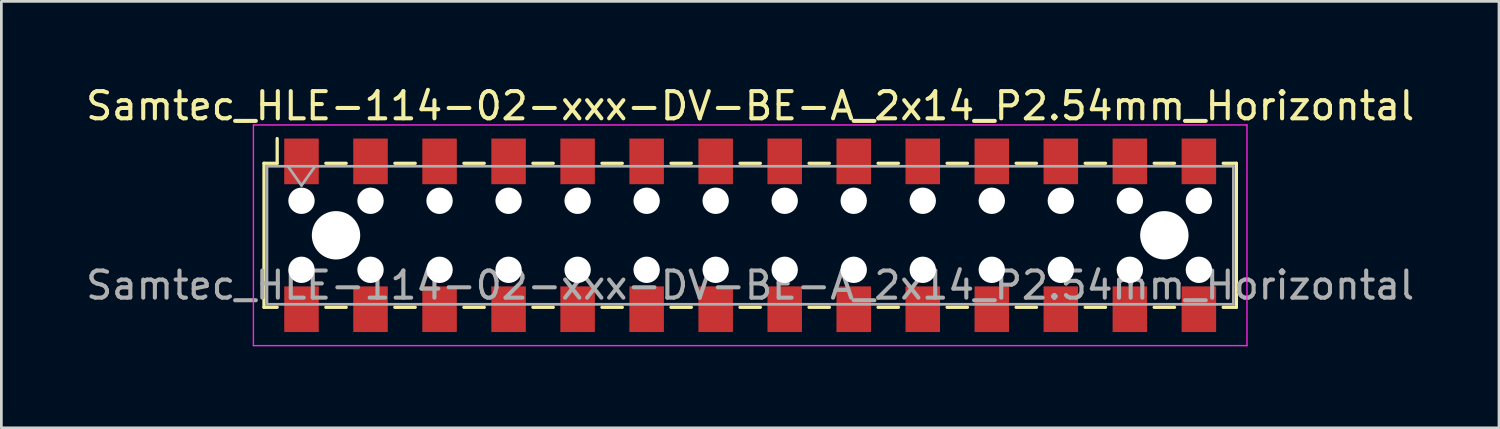
<source format=kicad_pcb>
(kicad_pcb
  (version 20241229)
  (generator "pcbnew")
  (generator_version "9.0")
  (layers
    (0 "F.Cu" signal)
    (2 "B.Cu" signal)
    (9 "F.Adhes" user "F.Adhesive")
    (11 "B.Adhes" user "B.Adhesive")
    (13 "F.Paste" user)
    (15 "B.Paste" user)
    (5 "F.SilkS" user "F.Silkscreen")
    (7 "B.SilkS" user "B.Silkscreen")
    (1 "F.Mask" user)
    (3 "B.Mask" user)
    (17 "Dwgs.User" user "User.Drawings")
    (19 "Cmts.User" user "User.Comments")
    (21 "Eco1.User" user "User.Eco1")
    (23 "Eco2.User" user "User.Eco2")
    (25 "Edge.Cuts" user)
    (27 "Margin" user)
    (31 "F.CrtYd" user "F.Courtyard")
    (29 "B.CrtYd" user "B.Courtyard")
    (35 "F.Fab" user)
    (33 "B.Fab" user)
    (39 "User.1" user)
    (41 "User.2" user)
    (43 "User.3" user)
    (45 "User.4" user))
  (footprint "Samtec_HLE-114-02-xxx-DV-BE-A_2x14_P2.54mm_Horizontal"
    (layer "F.Cu")
    (at 24.554 5.608)
    (property "Reference" "Samtec_HLE-114-02-xxx-DV-BE-A_2x14_P2.54mm_Horizontal" (at 0 -4.76 0) (layer "F.SilkS") (effects (font (size 1 1) (thickness 0.15))))
    (attr smd)
    (fp_line (start -17.89 -2.65) (end -17.89 2.65) (stroke (width 0.12) (type solid)) (layer "F.SilkS"))
    (fp_line (start -17.89 2.65) (end -17.405 2.65) (stroke (width 0.12) (type solid)) (layer "F.SilkS"))
    (fp_line (start -17.405 -3.56) (end -17.405 -2.65) (stroke (width 0.12) (type solid)) (layer "F.SilkS"))
    (fp_line (start -17.405 -2.65) (end -17.89 -2.65) (stroke (width 0.12) (type solid)) (layer "F.SilkS"))
    (fp_line (start -15.615 -2.65) (end -14.865 -2.65) (stroke (width 0.12) (type solid)) (layer "F.SilkS"))
    (fp_line (start -15.615 2.65) (end -14.865 2.65) (stroke (width 0.12) (type solid)) (layer "F.SilkS"))
    (fp_line (start -13.075 -2.65) (end -12.325 -2.65) (stroke (width 0.12) (type solid)) (layer "F.SilkS"))
    (fp_line (start -13.075 2.65) (end -12.325 2.65) (stroke (width 0.12) (type solid)) (layer "F.SilkS"))
    (fp_line (start -10.535 -2.65) (end -9.785 -2.65) (stroke (width 0.12) (type solid)) (layer "F.SilkS"))
    (fp_line (start -10.535 2.65) (end -9.785 2.65) (stroke (width 0.12) (type solid)) (layer "F.SilkS"))
    (fp_line (start -7.995 -2.65) (end -7.245 -2.65) (stroke (width 0.12) (type solid)) (layer "F.SilkS"))
    (fp_line (start -7.995 2.65) (end -7.245 2.65) (stroke (width 0.12) (type solid)) (layer "F.SilkS"))
    (fp_line (start -5.455 -2.65) (end -4.705 -2.65) (stroke (width 0.12) (type solid)) (layer "F.SilkS"))
    (fp_line (start -5.455 2.65) (end -4.705 2.65) (stroke (width 0.12) (type solid)) (layer "F.SilkS"))
    (fp_line (start -2.915 -2.65) (end -2.165 -2.65) (stroke (width 0.12) (type solid)) (layer "F.SilkS"))
    (fp_line (start -2.915 2.65) (end -2.165 2.65) (stroke (width 0.12) (type solid)) (layer "F.SilkS"))
    (fp_line (start -0.375 -2.65) (end 0.375 -2.65) (stroke (width 0.12) (type solid)) (layer "F.SilkS"))
    (fp_line (start -0.375 2.65) (end 0.375 2.65) (stroke (width 0.12) (type solid)) (layer "F.SilkS"))
    (fp_line (start 2.165 -2.65) (end 2.915 -2.65) (stroke (width 0.12) (type solid)) (layer "F.SilkS"))
    (fp_line (start 2.165 2.65) (end 2.915 2.65) (stroke (width 0.12) (type solid)) (layer "F.SilkS"))
    (fp_line (start 4.705 -2.65) (end 5.455 -2.65) (stroke (width 0.12) (type solid)) (layer "F.SilkS"))
    (fp_line (start 4.705 2.65) (end 5.455 2.65) (stroke (width 0.12) (type solid)) (layer "F.SilkS"))
    (fp_line (start 7.245 -2.65) (end 7.995 -2.65) (stroke (width 0.12) (type solid)) (layer "F.SilkS"))
    (fp_line (start 7.245 2.65) (end 7.995 2.65) (stroke (width 0.12) (type solid)) (layer "F.SilkS"))
    (fp_line (start 9.785 -2.65) (end 10.535 -2.65) (stroke (width 0.12) (type solid)) (layer "F.SilkS"))
    (fp_line (start 9.785 2.65) (end 10.535 2.65) (stroke (width 0.12) (type solid)) (layer "F.SilkS"))
    (fp_line (start 12.325 -2.65) (end 13.075 -2.65) (stroke (width 0.12) (type solid)) (layer "F.SilkS"))
    (fp_line (start 12.325 2.65) (end 13.075 2.65) (stroke (width 0.12) (type solid)) (layer "F.SilkS"))
    (fp_line (start 14.865 -2.65) (end 15.615 -2.65) (stroke (width 0.12) (type solid)) (layer "F.SilkS"))
    (fp_line (start 14.865 2.65) (end 15.615 2.65) (stroke (width 0.12) (type solid)) (layer "F.SilkS"))
    (fp_line (start 17.405 -2.65) (end 17.89 -2.65) (stroke (width 0.12) (type solid)) (layer "F.SilkS"))
    (fp_line (start 17.89 -2.65) (end 17.89 2.65) (stroke (width 0.12) (type solid)) (layer "F.SilkS"))
    (fp_line (start 17.89 2.65) (end 17.405 2.65) (stroke (width 0.12) (type solid)) (layer "F.SilkS"))
    (fp_line (start -18.28 -4.06) (end 18.28 -4.06) (stroke (width 0.05) (type solid)) (layer "F.CrtYd"))
    (fp_line (start -18.28 4.06) (end -18.28 -4.06) (stroke (width 0.05) (type solid)) (layer "F.CrtYd"))
    (fp_line (start 18.28 -4.06) (end 18.28 4.06) (stroke (width 0.05) (type solid)) (layer "F.CrtYd"))
    (fp_line (start 18.28 4.06) (end -18.28 4.06) (stroke (width 0.05) (type solid)) (layer "F.CrtYd"))
    (fp_line (start -17.78 -2.54) (end 17.78 -2.54) (stroke (width 0.1) (type solid)) (layer "F.Fab"))
    (fp_line (start -17.78 2.54) (end -17.78 -2.54) (stroke (width 0.1) (type solid)) (layer "F.Fab"))
    (fp_line (start -17.01 -2.54) (end -16.51 -1.833) (stroke (width 0.1) (type solid)) (layer "F.Fab"))
    (fp_line (start -16.51 -1.833) (end -16.01 -2.54) (stroke (width 0.1) (type solid)) (layer "F.Fab"))
    (fp_line (start 17.78 -2.54) (end 17.78 2.54) (stroke (width 0.1) (type solid)) (layer "F.Fab"))
    (fp_line (start 17.78 2.54) (end -17.78 2.54) (stroke (width 0.1) (type solid)) (layer "F.Fab"))
    (fp_text user "${REFERENCE}" (at 0 1.84 0) (layer "F.Fab") (effects (font (size 1 1) (thickness 0.15))))
    (pad "" np_thru_hole circle (at -16.51 -1.27) (size 0.97 0.97) (drill 0.97) (layers "*.Cu" "*.Mask"))
    (pad "" np_thru_hole circle (at -16.51 1.27) (size 0.97 0.97) (drill 0.97) (layers "*.Cu" "*.Mask"))
    (pad "" np_thru_hole circle (at -15.24 0) (size 1.78 1.78) (drill 1.78) (layers "*.Cu" "*.Mask"))
    (pad "" np_thru_hole circle (at -13.97 -1.27) (size 0.97 0.97) (drill 0.97) (layers "*.Cu" "*.Mask"))
    (pad "" np_thru_hole circle (at -13.97 1.27) (size 0.97 0.97) (drill 0.97) (layers "*.Cu" "*.Mask"))
    (pad "" np_thru_hole circle (at -11.43 -1.27) (size 0.97 0.97) (drill 0.97) (layers "*.Cu" "*.Mask"))
    (pad "" np_thru_hole circle (at -11.43 1.27) (size 0.97 0.97) (drill 0.97) (layers "*.Cu" "*.Mask"))
    (pad "" np_thru_hole circle (at -8.89 -1.27) (size 0.97 0.97) (drill 0.97) (layers "*.Cu" "*.Mask"))
    (pad "" np_thru_hole circle (at -8.89 1.27) (size 0.97 0.97) (drill 0.97) (layers "*.Cu" "*.Mask"))
    (pad "" np_thru_hole circle (at -6.35 -1.27) (size 0.97 0.97) (drill 0.97) (layers "*.Cu" "*.Mask"))
    (pad "" np_thru_hole circle (at -6.35 1.27) (size 0.97 0.97) (drill 0.97) (layers "*.Cu" "*.Mask"))
    (pad "" np_thru_hole circle (at -3.81 -1.27) (size 0.97 0.97) (drill 0.97) (layers "*.Cu" "*.Mask"))
    (pad "" np_thru_hole circle (at -3.81 1.27) (size 0.97 0.97) (drill 0.97) (layers "*.Cu" "*.Mask"))
    (pad "" np_thru_hole circle (at -1.27 -1.27) (size 0.97 0.97) (drill 0.97) (layers "*.Cu" "*.Mask"))
    (pad "" np_thru_hole circle (at -1.27 1.27) (size 0.97 0.97) (drill 0.97) (layers "*.Cu" "*.Mask"))
    (pad "" np_thru_hole circle (at 1.27 -1.27) (size 0.97 0.97) (drill 0.97) (layers "*.Cu" "*.Mask"))
    (pad "" np_thru_hole circle (at 1.27 1.27) (size 0.97 0.97) (drill 0.97) (layers "*.Cu" "*.Mask"))
    (pad "" np_thru_hole circle (at 3.81 -1.27) (size 0.97 0.97) (drill 0.97) (layers "*.Cu" "*.Mask"))
    (pad "" np_thru_hole circle (at 3.81 1.27) (size 0.97 0.97) (drill 0.97) (layers "*.Cu" "*.Mask"))
    (pad "" np_thru_hole circle (at 6.35 -1.27) (size 0.97 0.97) (drill 0.97) (layers "*.Cu" "*.Mask"))
    (pad "" np_thru_hole circle (at 6.35 1.27) (size 0.97 0.97) (drill 0.97) (layers "*.Cu" "*.Mask"))
    (pad "" np_thru_hole circle (at 8.89 -1.27) (size 0.97 0.97) (drill 0.97) (layers "*.Cu" "*.Mask"))
    (pad "" np_thru_hole circle (at 8.89 1.27) (size 0.97 0.97) (drill 0.97) (layers "*.Cu" "*.Mask"))
    (pad "" np_thru_hole circle (at 11.43 -1.27) (size 0.97 0.97) (drill 0.97) (layers "*.Cu" "*.Mask"))
    (pad "" np_thru_hole circle (at 11.43 1.27) (size 0.97 0.97) (drill 0.97) (layers "*.Cu" "*.Mask"))
    (pad "" np_thru_hole circle (at 13.97 -1.27) (size 0.97 0.97) (drill 0.97) (layers "*.Cu" "*.Mask"))
    (pad "" np_thru_hole circle (at 13.97 1.27) (size 0.97 0.97) (drill 0.97) (layers "*.Cu" "*.Mask"))
    (pad "" np_thru_hole circle (at 15.24 0) (size 1.78 1.78) (drill 1.78) (layers "*.Cu" "*.Mask"))
    (pad "" np_thru_hole circle (at 16.51 -1.27) (size 0.97 0.97) (drill 0.97) (layers "*.Cu" "*.Mask"))
    (pad "" np_thru_hole circle (at 16.51 1.27) (size 0.97 0.97) (drill 0.97) (layers "*.Cu" "*.Mask"))
    (pad "1" smd rect (at -16.51 -2.72) (size 1.27 1.68) (layers "F.Cu" "F.Mask" "F.Paste"))
    (pad "2" smd rect (at -16.51 2.72) (size 1.27 1.68) (layers "F.Cu" "F.Mask" "F.Paste"))
    (pad "3" smd rect (at -13.97 -2.72) (size 1.27 1.68) (layers "F.Cu" "F.Mask" "F.Paste"))
    (pad "4" smd rect (at -13.97 2.72) (size 1.27 1.68) (layers "F.Cu" "F.Mask" "F.Paste"))
    (pad "5" smd rect (at -11.43 -2.72) (size 1.27 1.68) (layers "F.Cu" "F.Mask" "F.Paste"))
    (pad "6" smd rect (at -11.43 2.72) (size 1.27 1.68) (layers "F.Cu" "F.Mask" "F.Paste"))
    (pad "7" smd rect (at -8.89 -2.72) (size 1.27 1.68) (layers "F.Cu" "F.Mask" "F.Paste"))
    (pad "8" smd rect (at -8.89 2.72) (size 1.27 1.68) (layers "F.Cu" "F.Mask" "F.Paste"))
    (pad "9" smd rect (at -6.35 -2.72) (size 1.27 1.68) (layers "F.Cu" "F.Mask" "F.Paste"))
    (pad "10" smd rect (at -6.35 2.72) (size 1.27 1.68) (layers "F.Cu" "F.Mask" "F.Paste"))
    (pad "11" smd rect (at -3.81 -2.72) (size 1.27 1.68) (layers "F.Cu" "F.Mask" "F.Paste"))
    (pad "12" smd rect (at -3.81 2.72) (size 1.27 1.68) (layers "F.Cu" "F.Mask" "F.Paste"))
    (pad "13" smd rect (at -1.27 -2.72) (size 1.27 1.68) (layers "F.Cu" "F.Mask" "F.Paste"))
    (pad "14" smd rect (at -1.27 2.72) (size 1.27 1.68) (layers "F.Cu" "F.Mask" "F.Paste"))
    (pad "15" smd rect (at 1.27 -2.72) (size 1.27 1.68) (layers "F.Cu" "F.Mask" "F.Paste"))
    (pad "16" smd rect (at 1.27 2.72) (size 1.27 1.68) (layers "F.Cu" "F.Mask" "F.Paste"))
    (pad "17" smd rect (at 3.81 -2.72) (size 1.27 1.68) (layers "F.Cu" "F.Mask" "F.Paste"))
    (pad "18" smd rect (at 3.81 2.72) (size 1.27 1.68) (layers "F.Cu" "F.Mask" "F.Paste"))
    (pad "19" smd rect (at 6.35 -2.72) (size 1.27 1.68) (layers "F.Cu" "F.Mask" "F.Paste"))
    (pad "20" smd rect (at 6.35 2.72) (size 1.27 1.68) (layers "F.Cu" "F.Mask" "F.Paste"))
    (pad "21" smd rect (at 8.89 -2.72) (size 1.27 1.68) (layers "F.Cu" "F.Mask" "F.Paste"))
    (pad "22" smd rect (at 8.89 2.72) (size 1.27 1.68) (layers "F.Cu" "F.Mask" "F.Paste"))
    (pad "23" smd rect (at 11.43 -2.72) (size 1.27 1.68) (layers "F.Cu" "F.Mask" "F.Paste"))
    (pad "24" smd rect (at 11.43 2.72) (size 1.27 1.68) (layers "F.Cu" "F.Mask" "F.Paste"))
    (pad "25" smd rect (at 13.97 -2.72) (size 1.27 1.68) (layers "F.Cu" "F.Mask" "F.Paste"))
    (pad "26" smd rect (at 13.97 2.72) (size 1.27 1.68) (layers "F.Cu" "F.Mask" "F.Paste"))
    (pad "27" smd rect (at 16.51 -2.72) (size 1.27 1.68) (layers "F.Cu" "F.Mask" "F.Paste"))
    (pad "28" smd rect (at 16.51 2.72) (size 1.27 1.68) (layers "F.Cu" "F.Mask" "F.Paste")))
  (gr_rect
    (start -3 -3)
    (end 52.107 12.693)
    (stroke (width 0.1) (type default))
    (fill no)
    (layer "Edge.Cuts")))
</source>
